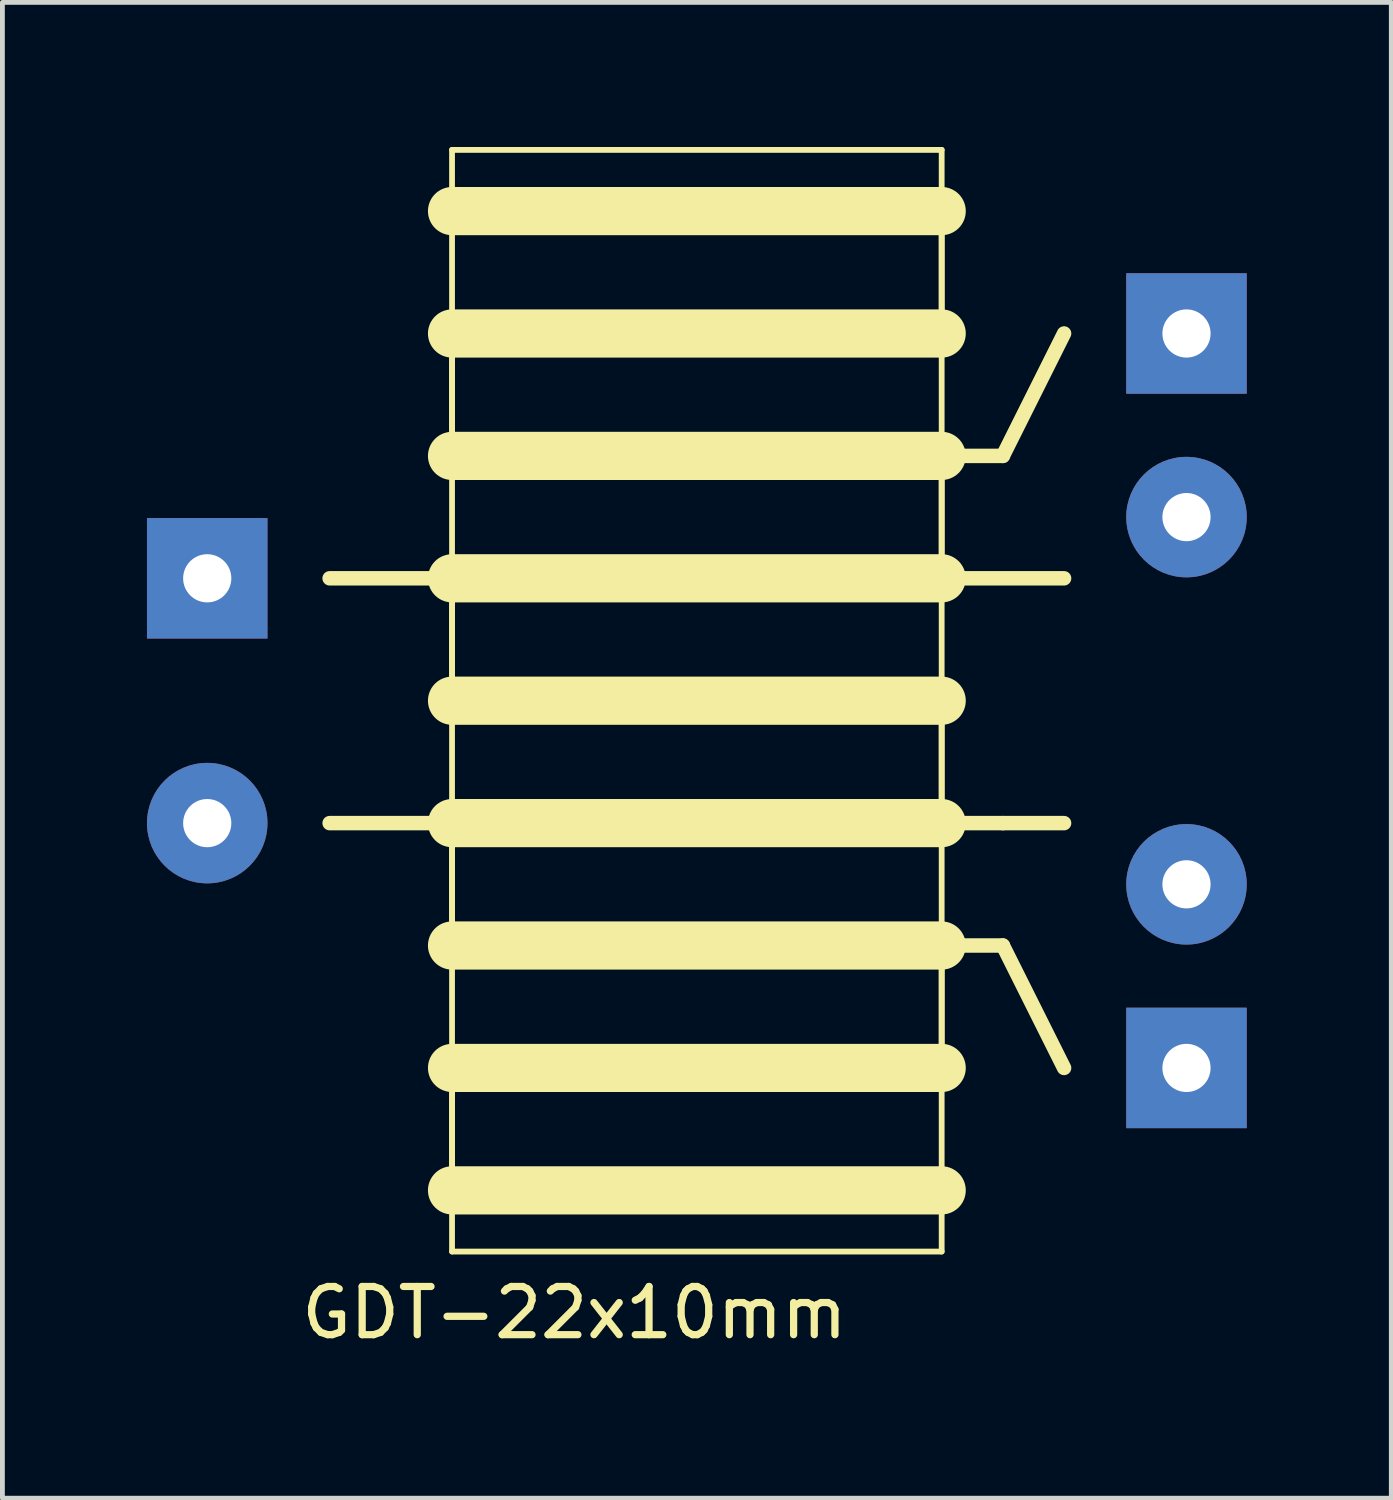
<source format=kicad_pcb>
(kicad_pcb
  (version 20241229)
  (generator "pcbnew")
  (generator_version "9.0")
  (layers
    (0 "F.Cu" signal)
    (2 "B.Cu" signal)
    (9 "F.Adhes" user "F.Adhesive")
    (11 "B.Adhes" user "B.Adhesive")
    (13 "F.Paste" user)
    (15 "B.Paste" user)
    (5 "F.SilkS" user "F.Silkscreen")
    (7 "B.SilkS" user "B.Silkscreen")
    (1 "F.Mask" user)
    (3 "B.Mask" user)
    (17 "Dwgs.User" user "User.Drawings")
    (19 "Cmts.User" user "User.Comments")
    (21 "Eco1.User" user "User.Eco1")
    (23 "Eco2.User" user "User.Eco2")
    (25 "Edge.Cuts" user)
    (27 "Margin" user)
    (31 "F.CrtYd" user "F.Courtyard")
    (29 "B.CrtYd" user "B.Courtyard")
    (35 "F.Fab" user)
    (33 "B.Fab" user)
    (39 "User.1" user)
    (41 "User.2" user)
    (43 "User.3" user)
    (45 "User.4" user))
  (footprint "GDT-22x10mm"
    (layer "F.Cu")
    (at 11.41 11.49)
    (property "Reference" "GDT-22x10mm" (at -2.54 12.7 0) (layer "F.SilkS") (effects (font (size 1 1) (thickness 0.15))))
    (attr through_hole)
    (fp_line (start -5.08 -11.43) (end 5.08 -11.43) (stroke (width 0.12) (type solid)) (layer "F.SilkS"))
    (fp_line (start -5.08 -10.16) (end 5.08 -10.16) (stroke (width 1) (type solid)) (layer "F.SilkS"))
    (fp_line (start -5.08 -7.62) (end -5.08 -5.08) (stroke (width 0.12) (type solid)) (layer "F.SilkS"))
    (fp_line (start -5.08 -5.08) (end 5.08 -5.08) (stroke (width 1) (type solid)) (layer "F.SilkS"))
    (fp_line (start -5.08 -2.54) (end -7.62 -2.54) (stroke (width 0.3) (type solid)) (layer "F.SilkS"))
    (fp_line (start -5.08 -2.54) (end -5.08 0) (stroke (width 0.12) (type solid)) (layer "F.SilkS"))
    (fp_line (start -5.08 0) (end -5.08 -11.43) (stroke (width 0.12) (type solid)) (layer "F.SilkS"))
    (fp_line (start -5.08 0) (end 5.08 0) (stroke (width 1) (type solid)) (layer "F.SilkS"))
    (fp_line (start -5.08 2.54) (end -7.62 2.54) (stroke (width 0.3) (type solid)) (layer "F.SilkS"))
    (fp_line (start -5.08 2.54) (end -5.08 5.08) (stroke (width 0.12) (type solid)) (layer "F.SilkS"))
    (fp_line (start -5.08 5.08) (end 5.08 5.08) (stroke (width 1) (type solid)) (layer "F.SilkS"))
    (fp_line (start -5.08 7.62) (end -5.08 10.16) (stroke (width 0.12) (type solid)) (layer "F.SilkS"))
    (fp_line (start -5.08 10.16) (end 5.08 10.16) (stroke (width 1) (type solid)) (layer "F.SilkS"))
    (fp_line (start -5.08 11.43) (end -5.08 0) (stroke (width 0.12) (type solid)) (layer "F.SilkS"))
    (fp_line (start 5.08 -11.43) (end 5.08 11.43) (stroke (width 0.12) (type solid)) (layer "F.SilkS"))
    (fp_line (start 5.08 -10.16) (end 5.08 -7.62) (stroke (width 0.12) (type solid)) (layer "F.SilkS"))
    (fp_line (start 5.08 -7.62) (end -5.08 -7.62) (stroke (width 1) (type solid)) (layer "F.SilkS"))
    (fp_line (start 5.08 -5.08) (end 5.08 -2.54) (stroke (width 0.12) (type solid)) (layer "F.SilkS"))
    (fp_line (start 5.08 -5.08) (end 6.35 -5.08) (stroke (width 0.3) (type solid)) (layer "F.SilkS"))
    (fp_line (start 5.08 -2.54) (end -5.08 -2.54) (stroke (width 1) (type solid)) (layer "F.SilkS"))
    (fp_line (start 5.08 -2.54) (end 7.62 -2.54) (stroke (width 0.3) (type solid)) (layer "F.SilkS"))
    (fp_line (start 5.08 0) (end 5.08 2.54) (stroke (width 0.12) (type solid)) (layer "F.SilkS"))
    (fp_line (start 5.08 2.54) (end -5.08 2.54) (stroke (width 1) (type solid)) (layer "F.SilkS"))
    (fp_line (start 5.08 2.54) (end 6.35 2.54) (stroke (width 0.3) (type solid)) (layer "F.SilkS"))
    (fp_line (start 5.08 5.08) (end 5.08 7.62) (stroke (width 0.12) (type solid)) (layer "F.SilkS"))
    (fp_line (start 5.08 5.08) (end 6.35 5.08) (stroke (width 0.3) (type solid)) (layer "F.SilkS"))
    (fp_line (start 5.08 7.62) (end -5.08 7.62) (stroke (width 1) (type solid)) (layer "F.SilkS"))
    (fp_line (start 5.08 11.43) (end -5.08 11.43) (stroke (width 0.12) (type solid)) (layer "F.SilkS"))
    (fp_line (start 6.35 -5.08) (end 7.62 -7.62) (stroke (width 0.3) (type solid)) (layer "F.SilkS"))
    (fp_line (start 6.35 2.54) (end 7.62 2.54) (stroke (width 0.3) (type solid)) (layer "F.SilkS"))
    (fp_line (start 6.35 5.08) (end 7.62 7.62) (stroke (width 0.3) (type solid)) (layer "F.SilkS"))
    (pad "1" thru_hole trapezoid (at -10.16 -2.54) (size 2.5 2.5) (drill 1) (layers "*.Cu" "*.Mask"))
    (pad "2" thru_hole circle (at -10.16 2.54) (size 2.5 2.5) (drill 1) (layers "*.Cu" "*.Mask"))
    (pad "3" thru_hole trapezoid (at 10.16 -7.62) (size 2.5 2.5) (drill 1) (layers "*.Cu" "*.Mask"))
    (pad "4" thru_hole circle (at 10.16 -3.81) (size 2.5 2.5) (drill 1) (layers "*.Cu" "*.Mask"))
    (pad "5" thru_hole circle (at 10.16 3.81) (size 2.5 2.5) (drill 1) (layers "*.Cu" "*.Mask"))
    (pad "6" thru_hole trapezoid (at 10.16 7.62) (size 2.5 2.5) (drill 1) (layers "*.Cu" "*.Mask")))
  (gr_rect
    (start -3 -3)
    (end 25.82 28.038)
    (stroke (width 0.1) (type default))
    (fill no)
    (layer "Edge.Cuts")))
</source>
